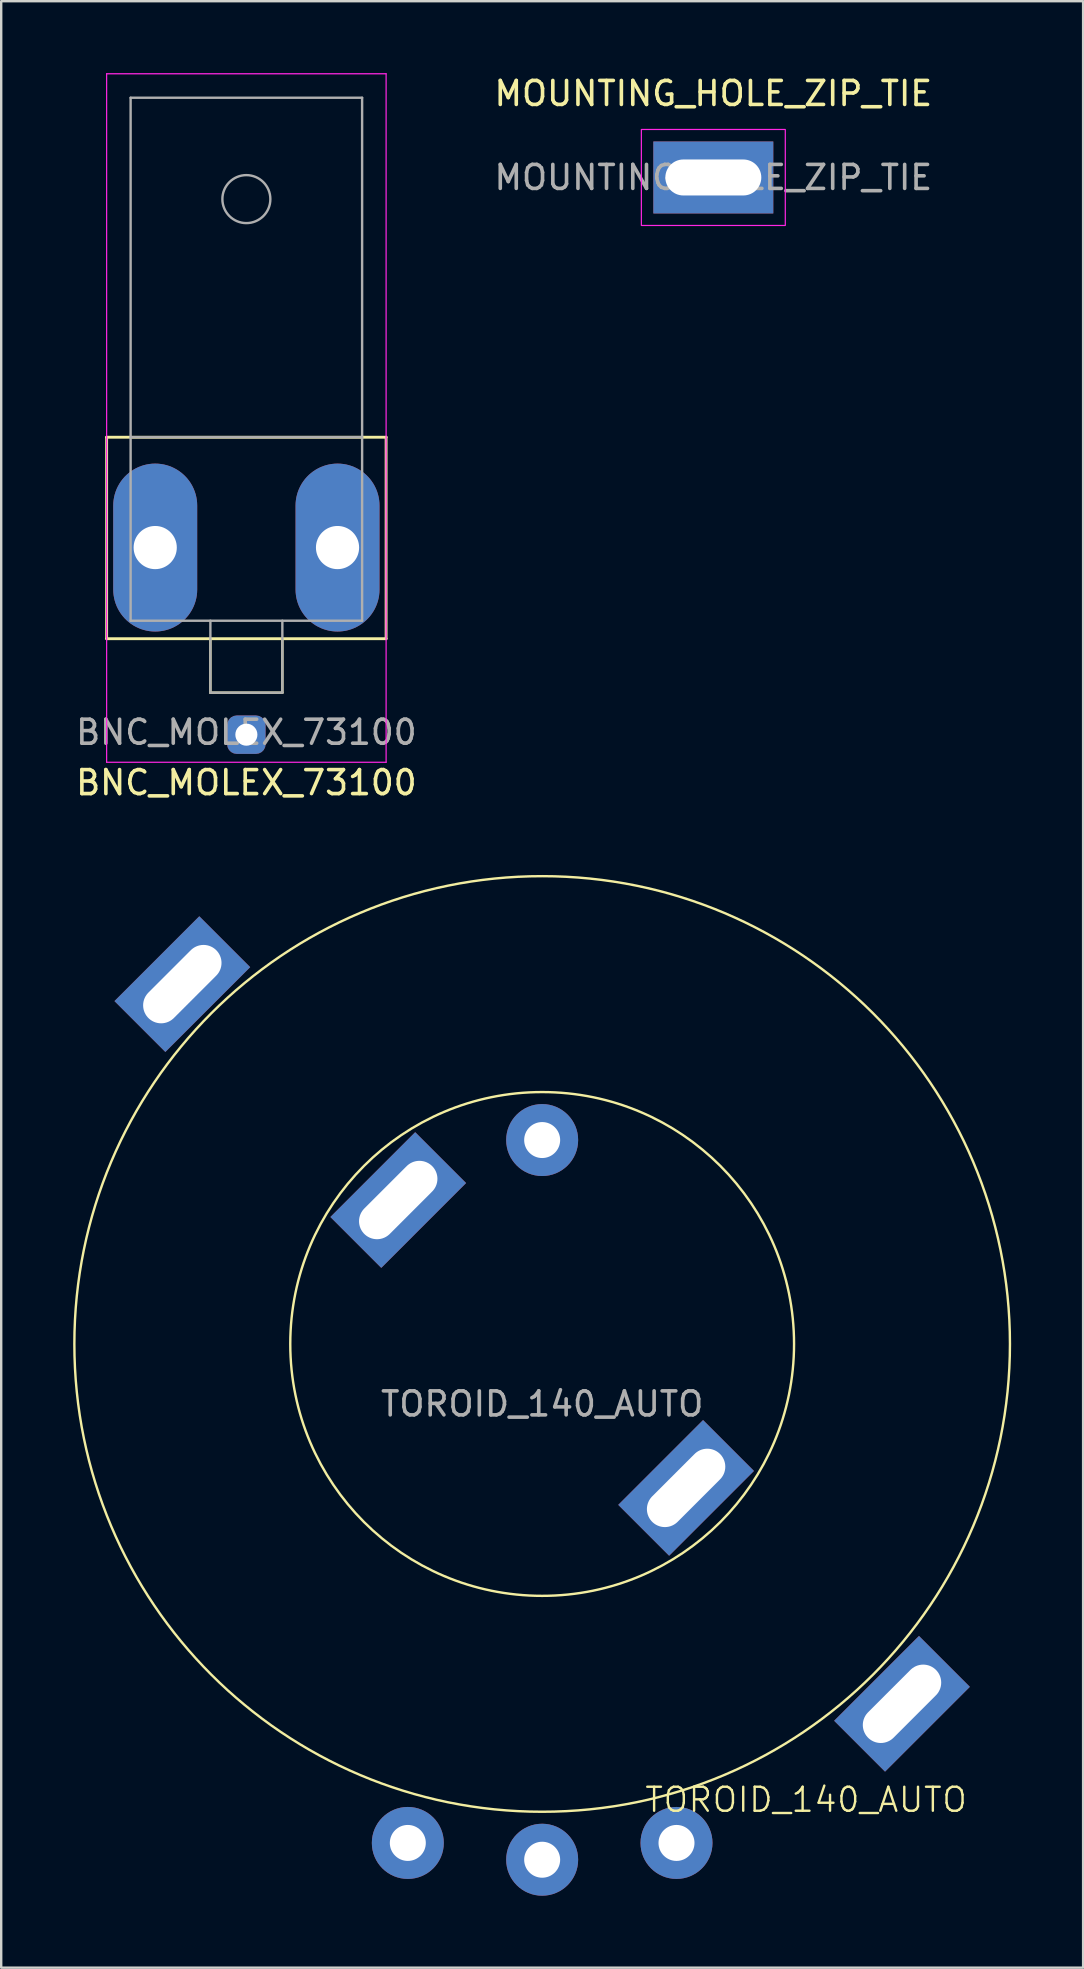
<source format=kicad_pcb>
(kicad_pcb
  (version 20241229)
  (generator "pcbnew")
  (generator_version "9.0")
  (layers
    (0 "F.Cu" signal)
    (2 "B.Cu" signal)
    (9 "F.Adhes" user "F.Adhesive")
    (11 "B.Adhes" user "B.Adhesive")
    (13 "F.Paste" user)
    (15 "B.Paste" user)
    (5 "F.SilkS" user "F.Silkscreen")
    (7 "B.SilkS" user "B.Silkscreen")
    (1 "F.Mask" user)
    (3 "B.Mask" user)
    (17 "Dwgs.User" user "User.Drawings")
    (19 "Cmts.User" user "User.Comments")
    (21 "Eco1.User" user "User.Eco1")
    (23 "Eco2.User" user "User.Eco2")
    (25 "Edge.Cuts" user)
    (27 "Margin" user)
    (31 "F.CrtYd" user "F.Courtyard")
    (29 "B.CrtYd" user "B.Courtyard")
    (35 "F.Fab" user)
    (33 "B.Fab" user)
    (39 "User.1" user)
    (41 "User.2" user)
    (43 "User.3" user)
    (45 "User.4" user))
  (footprint "MOUNTING_HOLE_ZIP_TIE"
    (layer "F.Cu")
    (at 26.685 4.348)
    (property "Reference" "MOUNTING_HOLE_ZIP_TIE" (at 0 -3.5 0) (layer "F.SilkS") (effects (font (size 1 1) (thickness 0.15))))
    (attr exclude_from_pos_files exclude_from_bom)
    (fp_rect (start -3 -2) (end 3 2) (stroke (width 0.05) (type default)) (fill no) (layer "F.CrtYd"))
    (fp_text user "${REFERENCE}" (at 0 0 0) (layer "F.Fab") (effects (font (size 1 1) (thickness 0.15))))
    (pad "" np_thru_hole rect (at 0 0) (size 5 3) (drill oval 4 1.5) (layers "*.Cu" "*.Mask")))
  (footprint "TOROID_140_AUTO"
    (layer "F.Cu")
    (at 19.55 52.973)
    (property "Reference" "TOROID_140_AUTO" (at 11 19 0) (unlocked yes) (layer "F.SilkS") (effects (font (size 1 1) (thickness 0.1))))
    (attr through_hole)
    (fp_circle (center 0 0) (end 10.5 0) (stroke (width 0.1) (type default)) (fill no) (layer "F.SilkS"))
    (fp_circle (center 0 0) (end 19.5 0) (stroke (width 0.1) (type default)) (fill no) (layer "F.SilkS"))
    (fp_text user "${REFERENCE}" (at 0 2.5 0) (unlocked yes) (layer "F.Fab") (effects (font (size 1 1) (thickness 0.15))))
    (pad "" np_thru_hole rect (at -15 -15 45) (size 5 3) (drill oval 4 1.5) (layers "*.Cu"))
    (pad "" np_thru_hole rect (at -6 -6 45) (size 5 3) (drill oval 4 1.5) (layers "*.Cu"))
    (pad "" np_thru_hole rect (at 6 6 45) (size 5 3) (drill oval 4 1.5) (layers "*.Cu"))
    (pad "" np_thru_hole rect (at 15 15 45) (size 5 3) (drill oval 4 1.5) (layers "*.Cu"))
    (pad "1" thru_hole circle (at -5.6 20.8) (size 3 3) (drill 1.5) (layers "*.Cu" "*.Mask"))
    (pad "2" thru_hole circle (at 0 21.5) (size 3 3) (drill 1.5) (layers "*.Cu" "*.Mask"))
    (pad "3" thru_hole circle (at 5.6 20.8) (size 3 3) (drill 1.5) (layers "*.Cu" "*.Mask"))
    (pad "4" thru_hole circle (at 0 -8.5) (size 3 3) (drill 1.5) (layers "*.Cu" "*.Mask")))
  (footprint "BNC_MOLEX_73100"
    (layer "F.Cu")
    (at 7.22 27.575)
    (property "Reference" "BNC_MOLEX_73100" (at 0 2 0) (layer "F.SilkS") (effects (font (size 1 1) (thickness 0.15))))
    (attr through_hole)
    (fp_line (start -5.825 -12.4) (end -5.825 -4) (stroke (width 0.12) (type solid)) (layer "F.SilkS"))
    (fp_line (start -5.825 -12.4) (end 5.825 -12.4) (stroke (width 0.12) (type solid)) (layer "F.SilkS"))
    (fp_line (start -5.825 -4) (end 5.825 -4) (stroke (width 0.12) (type solid)) (layer "F.SilkS"))
    (fp_line (start -1.5 -4) (end -1.5 -1.75) (stroke (width 0.1) (type default)) (layer "F.SilkS"))
    (fp_line (start -1.5 -1.75) (end 1.5 -1.75) (stroke (width 0.1) (type default)) (layer "F.SilkS"))
    (fp_line (start 1.5 -1.75) (end 1.5 -4) (stroke (width 0.1) (type default)) (layer "F.SilkS"))
    (fp_line (start 5.825 -12.4) (end 5.825 -4) (stroke (width 0.12) (type solid)) (layer "F.SilkS"))
    (fp_line (start -5.825 1.15) (end -5.825 -27.55) (stroke (width 0.05) (type solid)) (layer "F.CrtYd"))
    (fp_line (start 5.825 -27.55) (end -5.825 -27.55) (stroke (width 0.05) (type solid)) (layer "F.CrtYd"))
    (fp_line (start 5.825 1.15) (end -5.825 1.15) (stroke (width 0.05) (type solid)) (layer "F.CrtYd"))
    (fp_line (start 5.825 1.15) (end 5.825 -27.55) (stroke (width 0.05) (type solid)) (layer "F.CrtYd"))
    (fp_line (start -4.825 -26.55) (end -4.825 -4.75) (stroke (width 0.1) (type solid)) (layer "F.Fab"))
    (fp_line (start -4.825 -4.75) (end 4.825 -4.75) (stroke (width 0.1) (type solid)) (layer "F.Fab"))
    (fp_line (start -1.5 -1.75) (end -1.5 -4.75) (stroke (width 0.1) (type solid)) (layer "F.Fab"))
    (fp_line (start -1.5 -1.75) (end 1.5 -1.75) (stroke (width 0.1) (type solid)) (layer "F.Fab"))
    (fp_line (start 1.5 -1.75) (end 1.5 -4.75) (stroke (width 0.1) (type solid)) (layer "F.Fab"))
    (fp_line (start 4.825 -26.55) (end -4.825 -26.55) (stroke (width 0.1) (type solid)) (layer "F.Fab"))
    (fp_line (start 4.825 -12.4) (end -4.825 -12.4) (stroke (width 0.1) (type solid)) (layer "F.Fab"))
    (fp_line (start 4.825 -4.75) (end 4.825 -26.55) (stroke (width 0.1) (type solid)) (layer "F.Fab"))
    (fp_circle (center 0 -22.325) (end 1 -22.325) (stroke (width 0.1) (type solid)) (fill no) (layer "F.Fab"))
    (fp_text user "${REFERENCE}" (at 0 -0.1 0) (layer "F.Fab") (effects (font (size 1 1) (thickness 0.15))))
    (pad "1" thru_hole roundrect (at 0 0) (size 1.6 1.6) (drill 0.92) (layers "*.Cu" "*.Mask") (roundrect_rratio 0.25))
    (pad "2" thru_hole oval (at -3.8 -7.8) (size 3.5 7) (drill 1.8) (layers "*.Cu" "*.Mask"))
    (pad "2" thru_hole oval (at 3.8 -7.8) (size 3.5 7) (drill 1.8) (layers "*.Cu" "*.Mask")))
  (gr_rect
    (start -3 -3)
    (end 42.1 78.973)
    (stroke (width 0.1) (type default))
    (fill no)
    (layer "Edge.Cuts")))
</source>
